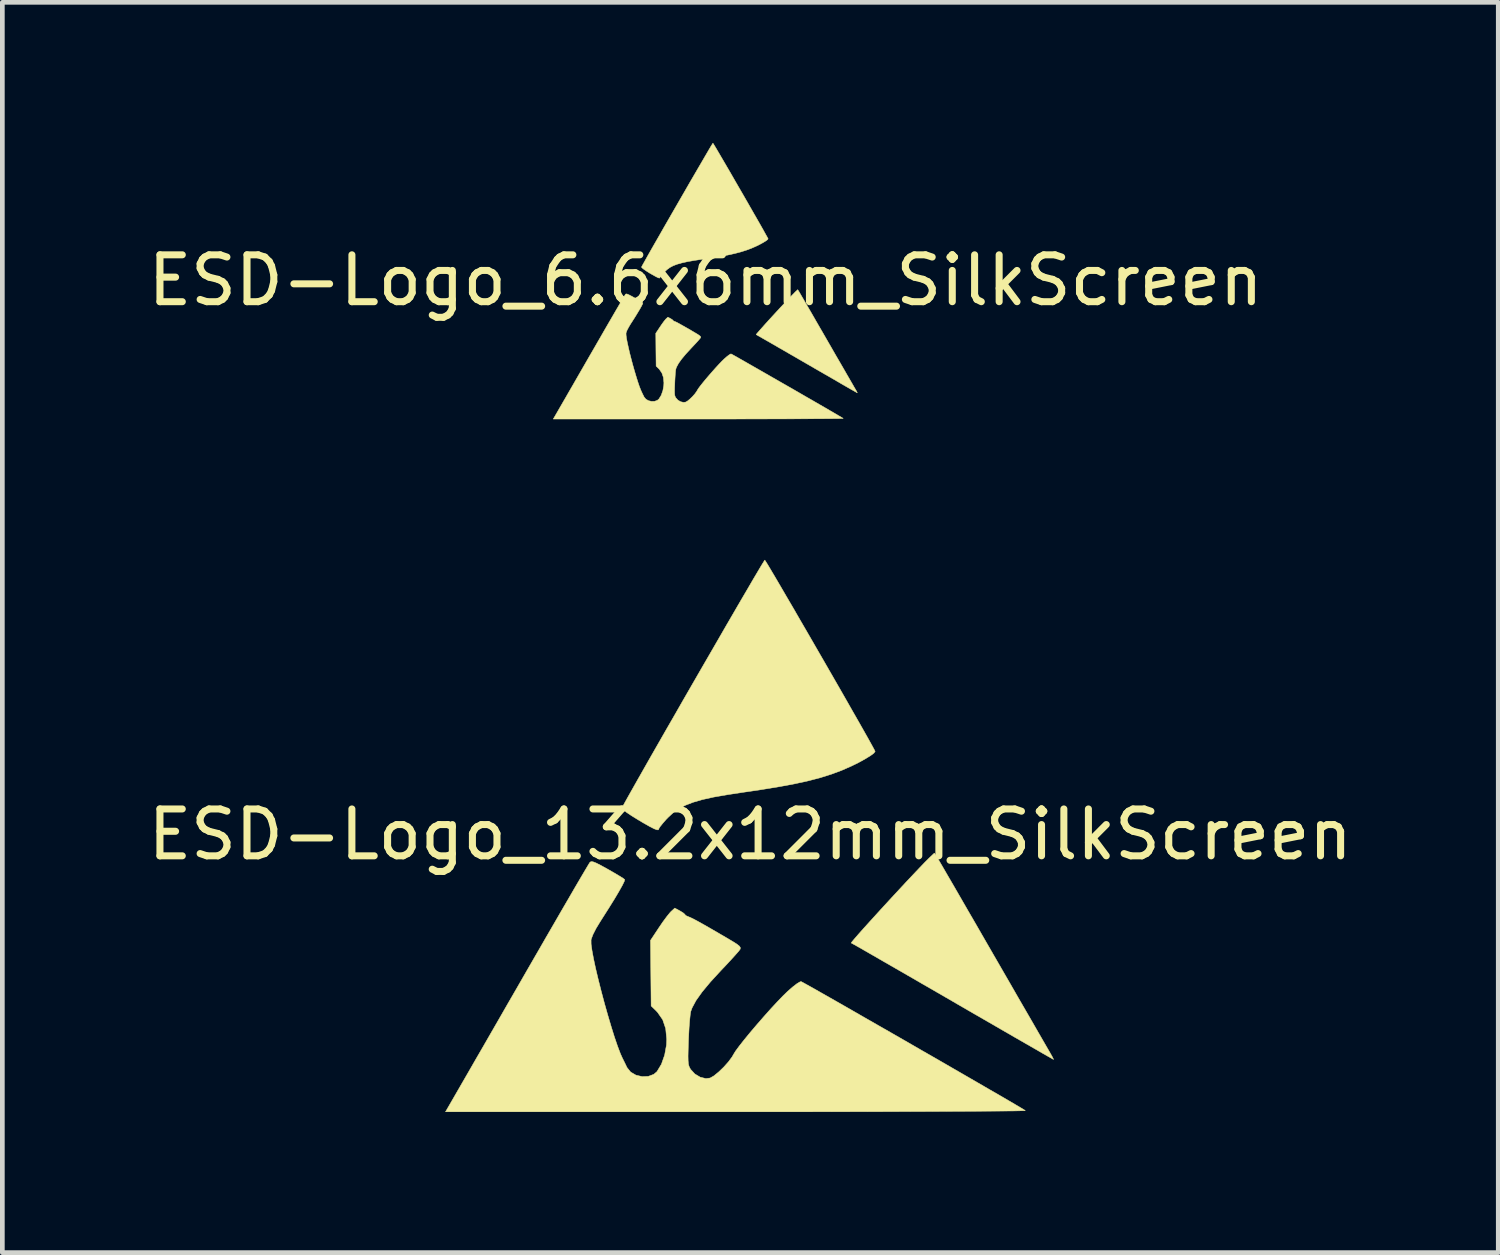
<source format=kicad_pcb>
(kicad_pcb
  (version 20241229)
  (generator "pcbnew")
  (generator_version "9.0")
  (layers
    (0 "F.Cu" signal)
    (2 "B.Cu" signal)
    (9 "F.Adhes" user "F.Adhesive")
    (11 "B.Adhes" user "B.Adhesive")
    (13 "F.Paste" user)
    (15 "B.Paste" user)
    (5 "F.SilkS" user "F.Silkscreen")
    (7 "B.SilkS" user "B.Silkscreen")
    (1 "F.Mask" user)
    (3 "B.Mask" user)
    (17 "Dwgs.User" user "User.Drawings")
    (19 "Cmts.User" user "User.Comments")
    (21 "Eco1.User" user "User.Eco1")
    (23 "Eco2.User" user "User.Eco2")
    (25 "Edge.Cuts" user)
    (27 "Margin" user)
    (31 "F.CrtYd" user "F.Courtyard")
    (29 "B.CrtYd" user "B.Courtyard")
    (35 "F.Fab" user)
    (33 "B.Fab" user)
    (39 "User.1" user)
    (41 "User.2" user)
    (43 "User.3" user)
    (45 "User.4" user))
  (footprint "ESD-Logo_13.2x12mm_SilkScreen"
    (layer "F.Cu")
    (at 12.958 14.755)
    (property "Reference" "ESD-Logo_13.2x12mm_SilkScreen" (at 0 0 0) (layer "F.SilkS") (effects (font (size 1 1) (thickness 0.15))))
    (attr exclude_from_pos_files exclude_from_bom)
    (fp_poly (pts (xy 3.975 0.469) (xy 3.998 0.507) (xy 4.049 0.595) (xy 4.126 0.727) (xy 4.226 0.9) (xy 4.348 1.109) (xy 4.487 1.35) (xy 4.642 1.619) (xy 4.811 1.91) (xy 4.99 2.221) (xy 5.174 2.54) (xy 5.362 2.866) (xy 5.543 3.179) (xy 5.713 3.475) (xy 5.871 3.748) (xy 6.014 3.995) (xy 6.138 4.211) (xy 6.242 4.391) (xy 6.322 4.53) (xy 6.377 4.625) (xy 6.403 4.67) (xy 6.445 4.745) (xy 6.468 4.792) (xy 6.469 4.8) (xy 6.441 4.784) (xy 6.364 4.74) (xy 6.241 4.67) (xy 6.077 4.575) (xy 5.875 4.459) (xy 5.64 4.324) (xy 5.375 4.171) (xy 5.085 4.003) (xy 4.774 3.824) (xy 4.446 3.634) (xy 4.321 3.561) (xy 3.987 3.368) (xy 3.668 3.184) (xy 3.369 3.011) (xy 3.093 2.852) (xy 2.844 2.709) (xy 2.628 2.584) (xy 2.447 2.48) (xy 2.306 2.399) (xy 2.208 2.344) (xy 2.159 2.317) (xy 2.154 2.314) (xy 2.169 2.29) (xy 2.221 2.228) (xy 2.305 2.131) (xy 2.415 2.007) (xy 2.547 1.861) (xy 2.694 1.699) (xy 2.852 1.526) (xy 3.015 1.349) (xy 3.179 1.172) (xy 3.336 1.003) (xy 3.483 0.847) (xy 3.614 0.709) (xy 3.723 0.595) (xy 3.806 0.512) (xy 3.834 0.485) (xy 3.928 0.396) (xy 3.975 0.469)) (stroke (width 0.01) (type solid)) (fill yes) (layer "F.SilkS"))
    (fp_poly (pts (xy 0.328 -5.828) (xy 0.374 -5.754) (xy 0.445 -5.635) (xy 0.538 -5.478) (xy 0.65 -5.287) (xy 0.778 -5.067) (xy 0.92 -4.825) (xy 1.071 -4.563) (xy 1.231 -4.288) (xy 1.394 -4.005) (xy 1.56 -3.718) (xy 1.724 -3.433) (xy 1.884 -3.155) (xy 2.037 -2.888) (xy 2.179 -2.638) (xy 2.309 -2.411) (xy 2.423 -2.21) (xy 2.519 -2.04) (xy 2.592 -1.908) (xy 2.641 -1.818) (xy 2.663 -1.775) (xy 2.664 -1.773) (xy 2.637 -1.736) (xy 2.562 -1.68) (xy 2.448 -1.611) (xy 2.305 -1.532) (xy 2.154 -1.458) (xy 1.949 -1.368) (xy 1.734 -1.288) (xy 1.5 -1.214) (xy 1.241 -1.146) (xy 0.949 -1.082) (xy 0.617 -1.02) (xy 0.238 -0.958) (xy -0.155 -0.9) (xy -0.496 -0.848) (xy -0.783 -0.798) (xy -1.022 -0.745) (xy -1.221 -0.687) (xy -1.386 -0.623) (xy -1.526 -0.549) (xy -1.647 -0.463) (xy -1.756 -0.362) (xy -1.792 -0.325) (xy -1.868 -0.238) (xy -1.925 -0.167) (xy -1.951 -0.125) (xy -1.951 -0.121) (xy -1.961 -0.1) (xy -1.992 -0.1) (xy -2.053 -0.123) (xy -2.15 -0.173) (xy -2.289 -0.252) (xy -2.385 -0.309) (xy -2.529 -0.398) (xy -2.641 -0.473) (xy -2.713 -0.531) (xy -2.738 -0.565) (xy -2.738 -0.565) (xy -2.722 -0.598) (xy -2.678 -0.679) (xy -2.608 -0.805) (xy -2.515 -0.97) (xy -2.401 -1.172) (xy -2.269 -1.404) (xy -2.122 -1.663) (xy -1.961 -1.944) (xy -1.79 -2.243) (xy -1.61 -2.555) (xy -1.426 -2.877) (xy -1.238 -3.203) (xy -1.05 -3.529) (xy -0.864 -3.85) (xy -0.683 -4.163) (xy -0.51 -4.463) (xy -0.346 -4.745) (xy -0.195 -5.005) (xy -0.058 -5.238) (xy 0.06 -5.441) (xy 0.159 -5.608) (xy 0.235 -5.736) (xy 0.286 -5.819) (xy 0.309 -5.854) (xy 0.31 -5.854) (xy 0.328 -5.828)) (stroke (width 0.01) (type solid)) (fill yes) (layer "F.SilkS"))
    (fp_poly (pts (xy -3.356 0.582) (xy -3.291 0.607) (xy -3.192 0.657) (xy -3.049 0.736) (xy -3.038 0.742) (xy -2.907 0.817) (xy -2.796 0.883) (xy -2.717 0.932) (xy -2.68 0.96) (xy -2.679 0.961) (xy -2.688 0.999) (xy -2.729 1.083) (xy -2.8 1.21) (xy -2.897 1.374) (xy -3.019 1.57) (xy -3.162 1.795) (xy -3.197 1.85) (xy -3.29 2.003) (xy -3.357 2.135) (xy -3.394 2.234) (xy -3.397 2.253) (xy -3.396 2.339) (xy -3.377 2.474) (xy -3.344 2.652) (xy -3.299 2.862) (xy -3.243 3.096) (xy -3.18 3.345) (xy -3.112 3.601) (xy -3.04 3.855) (xy -2.968 4.098) (xy -2.898 4.322) (xy -2.831 4.518) (xy -2.771 4.676) (xy -2.729 4.77) (xy -2.679 4.87) (xy -2.633 4.966) (xy -2.63 4.972) (xy -2.553 5.068) (xy -2.44 5.134) (xy -2.308 5.165) (xy -2.175 5.16) (xy -2.058 5.116) (xy -1.991 5.059) (xy -1.896 4.901) (xy -1.827 4.705) (xy -1.788 4.49) (xy -1.783 4.368) (xy -1.805 4.14) (xy -1.869 3.951) (xy -1.979 3.793) (xy -2.013 3.757) (xy -2.115 3.658) (xy -2.129 2.259) (xy -1.95 1.989) (xy -1.867 1.867) (xy -1.786 1.757) (xy -1.72 1.675) (xy -1.692 1.644) (xy -1.611 1.57) (xy -1.503 1.628) (xy -1.434 1.67) (xy -1.396 1.703) (xy -1.394 1.709) (xy -1.368 1.733) (xy -1.324 1.752) (xy -1.282 1.769) (xy -1.217 1.8) (xy -1.123 1.85) (xy -0.996 1.921) (xy -0.83 2.016) (xy -0.619 2.139) (xy -0.504 2.206) (xy -0.369 2.286) (xy -0.28 2.343) (xy -0.23 2.384) (xy -0.211 2.415) (xy -0.215 2.443) (xy -0.218 2.45) (xy -0.249 2.491) (xy -0.316 2.567) (xy -0.41 2.671) (xy -0.524 2.794) (xy -0.623 2.898) (xy -0.85 3.145) (xy -1.028 3.359) (xy -1.158 3.542) (xy -1.241 3.697) (xy -1.27 3.776) (xy -1.281 3.844) (xy -1.293 3.962) (xy -1.305 4.114) (xy -1.314 4.288) (xy -1.319 4.399) (xy -1.325 4.589) (xy -1.328 4.728) (xy -1.326 4.827) (xy -1.32 4.896) (xy -1.307 4.945) (xy -1.287 4.987) (xy -1.272 5.012) (xy -1.183 5.109) (xy -1.069 5.177) (xy -0.949 5.207) (xy -0.858 5.196) (xy -0.777 5.15) (xy -0.675 5.067) (xy -0.566 4.962) (xy -0.465 4.849) (xy -0.387 4.743) (xy -0.358 4.692) (xy -0.315 4.622) (xy -0.236 4.515) (xy -0.13 4.38) (xy -0.002 4.224) (xy 0.139 4.058) (xy 0.288 3.887) (xy 0.435 3.722) (xy 0.575 3.571) (xy 0.7 3.441) (xy 0.799 3.345) (xy 0.908 3.25) (xy 0.999 3.18) (xy 1.064 3.142) (xy 1.085 3.138) (xy 1.118 3.155) (xy 1.199 3.2) (xy 1.325 3.27) (xy 1.49 3.364) (xy 1.691 3.478) (xy 1.921 3.609) (xy 2.176 3.755) (xy 2.452 3.914) (xy 2.744 4.081) (xy 3.048 4.255) (xy 3.358 4.433) (xy 3.669 4.613) (xy 3.978 4.79) (xy 4.279 4.964) (xy 4.568 5.131) (xy 4.839 5.288) (xy 5.089 5.433) (xy 5.313 5.562) (xy 5.505 5.674) (xy 5.662 5.766) (xy 5.777 5.834) (xy 5.848 5.877) (xy 5.868 5.89) (xy 5.841 5.893) (xy 5.754 5.895) (xy 5.611 5.898) (xy 5.415 5.9) (xy 5.169 5.902) (xy 4.875 5.904) (xy 4.536 5.906) (xy 4.156 5.908) (xy 3.736 5.91) (xy 3.281 5.911) (xy 2.792 5.913) (xy 2.274 5.914) (xy 1.728 5.915) (xy 1.157 5.916) (xy 0.565 5.916) (xy -0.046 5.916) (xy -0.302 5.916) (xy -6.502 5.916) (xy -6.06 5.15) (xy -5.966 4.987) (xy -5.846 4.778) (xy -5.702 4.53) (xy -5.54 4.248) (xy -5.363 3.941) (xy -5.176 3.615) (xy -4.981 3.278) (xy -4.784 2.935) (xy -4.588 2.595) (xy -4.538 2.509) (xy -4.358 2.196) (xy -4.185 1.898) (xy -4.024 1.619) (xy -3.876 1.365) (xy -3.745 1.139) (xy -3.632 0.946) (xy -3.54 0.79) (xy -3.473 0.677) (xy -3.432 0.609) (xy -3.42 0.592) (xy -3.396 0.578) (xy -3.356 0.582)) (stroke (width 0.01) (type solid)) (fill yes) (layer "F.SilkS")))
  (footprint "ESD-Logo_6.6x6mm_SilkScreen"
    (layer "F.Cu")
    (at 12.006 2.932)
    (property "Reference" "ESD-Logo_6.6x6mm_SilkScreen" (at 0 0 0) (layer "F.SilkS") (effects (font (size 1 1) (thickness 0.15))))
    (attr exclude_from_pos_files exclude_from_bom)
    (fp_poly (pts (xy 1.988 0.235) (xy 1.999 0.254) (xy 2.024 0.297) (xy 2.063 0.364) (xy 2.113 0.45) (xy 2.174 0.555) (xy 2.244 0.675) (xy 2.321 0.809) (xy 2.405 0.955) (xy 2.495 1.11) (xy 2.587 1.27) (xy 2.681 1.433) (xy 2.771 1.59) (xy 2.857 1.738) (xy 2.936 1.874) (xy 3.007 1.998) (xy 3.069 2.105) (xy 3.121 2.195) (xy 3.161 2.265) (xy 3.189 2.313) (xy 3.202 2.335) (xy 3.223 2.372) (xy 3.234 2.396) (xy 3.235 2.4) (xy 3.221 2.392) (xy 3.182 2.37) (xy 3.12 2.335) (xy 3.038 2.288) (xy 2.937 2.23) (xy 2.82 2.162) (xy 2.688 2.085) (xy 2.543 2.002) (xy 2.387 1.912) (xy 2.223 1.817) (xy 2.161 1.781) (xy 1.993 1.684) (xy 1.834 1.592) (xy 1.684 1.505) (xy 1.546 1.426) (xy 1.422 1.354) (xy 1.314 1.292) (xy 1.223 1.24) (xy 1.153 1.2) (xy 1.104 1.172) (xy 1.08 1.158) (xy 1.077 1.157) (xy 1.085 1.145) (xy 1.111 1.114) (xy 1.153 1.066) (xy 1.208 1.004) (xy 1.274 0.93) (xy 1.347 0.849) (xy 1.426 0.763) (xy 1.508 0.674) (xy 1.589 0.586) (xy 1.668 0.502) (xy 1.741 0.423) (xy 1.807 0.354) (xy 1.862 0.298) (xy 1.903 0.256) (xy 1.917 0.242) (xy 1.964 0.198) (xy 1.988 0.235)) (stroke (width 0.01) (type solid)) (fill yes) (layer "F.SilkS"))
    (fp_poly (pts (xy 0.164 -2.914) (xy 0.187 -2.877) (xy 0.223 -2.817) (xy 0.269 -2.739) (xy 0.325 -2.643) (xy 0.389 -2.534) (xy 0.46 -2.412) (xy 0.536 -2.282) (xy 0.615 -2.144) (xy 0.697 -2.002) (xy 0.78 -1.859) (xy 0.862 -1.717) (xy 0.942 -1.577) (xy 1.018 -1.444) (xy 1.09 -1.319) (xy 1.155 -1.205) (xy 1.212 -1.105) (xy 1.259 -1.02) (xy 1.296 -0.954) (xy 1.321 -0.909) (xy 1.332 -0.888) (xy 1.332 -0.886) (xy 1.319 -0.868) (xy 1.281 -0.84) (xy 1.224 -0.805) (xy 1.152 -0.766) (xy 1.077 -0.729) (xy 0.975 -0.684) (xy 0.867 -0.644) (xy 0.75 -0.607) (xy 0.621 -0.573) (xy 0.475 -0.541) (xy 0.309 -0.51) (xy 0.119 -0.479) (xy -0.078 -0.45) (xy -0.248 -0.424) (xy -0.391 -0.399) (xy -0.511 -0.372) (xy -0.61 -0.344) (xy -0.693 -0.312) (xy -0.763 -0.275) (xy -0.823 -0.231) (xy -0.878 -0.181) (xy -0.896 -0.162) (xy -0.934 -0.119) (xy -0.962 -0.083) (xy -0.975 -0.062) (xy -0.976 -0.061) (xy -0.98 -0.05) (xy -0.996 -0.05) (xy -1.027 -0.062) (xy -1.075 -0.087) (xy -1.144 -0.126) (xy -1.193 -0.154) (xy -1.264 -0.199) (xy -1.32 -0.237) (xy -1.356 -0.266) (xy -1.369 -0.283) (xy -1.369 -0.283) (xy -1.361 -0.299) (xy -1.339 -0.34) (xy -1.304 -0.402) (xy -1.258 -0.485) (xy -1.201 -0.586) (xy -1.135 -0.702) (xy -1.061 -0.831) (xy -0.98 -0.972) (xy -0.895 -1.122) (xy -0.805 -1.278) (xy -0.713 -1.438) (xy -0.619 -1.601) (xy -0.525 -1.764) (xy -0.432 -1.925) (xy -0.342 -2.082) (xy -0.255 -2.231) (xy -0.173 -2.372) (xy -0.097 -2.502) (xy -0.029 -2.619) (xy 0.03 -2.72) (xy 0.079 -2.804) (xy 0.117 -2.868) (xy 0.143 -2.909) (xy 0.154 -2.927) (xy 0.155 -2.927) (xy 0.164 -2.914)) (stroke (width 0.01) (type solid)) (fill yes) (layer "F.SilkS"))
    (fp_poly (pts (xy -1.678 0.291) (xy -1.645 0.304) (xy -1.596 0.329) (xy -1.525 0.368) (xy -1.519 0.371) (xy -1.454 0.408) (xy -1.398 0.441) (xy -1.359 0.466) (xy -1.34 0.48) (xy -1.339 0.48) (xy -1.344 0.499) (xy -1.365 0.542) (xy -1.4 0.605) (xy -1.449 0.687) (xy -1.509 0.785) (xy -1.581 0.898) (xy -1.599 0.925) (xy -1.645 1.002) (xy -1.679 1.068) (xy -1.697 1.117) (xy -1.699 1.127) (xy -1.698 1.169) (xy -1.689 1.237) (xy -1.672 1.326) (xy -1.649 1.431) (xy -1.622 1.548) (xy -1.59 1.673) (xy -1.556 1.801) (xy -1.52 1.928) (xy -1.484 2.049) (xy -1.449 2.161) (xy -1.416 2.259) (xy -1.385 2.338) (xy -1.364 2.385) (xy -1.34 2.435) (xy -1.316 2.483) (xy -1.315 2.486) (xy -1.276 2.534) (xy -1.22 2.567) (xy -1.154 2.582) (xy -1.088 2.58) (xy -1.029 2.558) (xy -0.996 2.529) (xy -0.948 2.451) (xy -0.913 2.352) (xy -0.894 2.245) (xy -0.891 2.184) (xy -0.902 2.07) (xy -0.934 1.976) (xy -0.989 1.896) (xy -1.006 1.879) (xy -1.057 1.829) (xy -1.061 1.479) (xy -1.064 1.129) (xy -0.975 0.995) (xy -0.933 0.933) (xy -0.893 0.878) (xy -0.86 0.837) (xy -0.846 0.822) (xy -0.806 0.785) (xy -0.751 0.814) (xy -0.717 0.835) (xy -0.698 0.851) (xy -0.697 0.854) (xy -0.684 0.867) (xy -0.662 0.876) (xy -0.641 0.884) (xy -0.608 0.9) (xy -0.562 0.925) (xy -0.498 0.961) (xy -0.415 1.008) (xy -0.309 1.069) (xy -0.252 1.103) (xy -0.184 1.143) (xy -0.14 1.172) (xy -0.115 1.192) (xy -0.106 1.208) (xy -0.107 1.222) (xy -0.109 1.225) (xy -0.125 1.245) (xy -0.158 1.284) (xy -0.205 1.336) (xy -0.262 1.397) (xy -0.311 1.449) (xy -0.425 1.573) (xy -0.514 1.68) (xy -0.579 1.771) (xy -0.621 1.849) (xy -0.635 1.888) (xy -0.641 1.922) (xy -0.647 1.981) (xy -0.652 2.057) (xy -0.657 2.144) (xy -0.659 2.199) (xy -0.663 2.294) (xy -0.664 2.364) (xy -0.663 2.413) (xy -0.66 2.448) (xy -0.653 2.473) (xy -0.644 2.493) (xy -0.636 2.506) (xy -0.592 2.555) (xy -0.534 2.589) (xy -0.474 2.603) (xy -0.429 2.598) (xy -0.388 2.575) (xy -0.337 2.533) (xy -0.283 2.481) (xy -0.233 2.425) (xy -0.194 2.372) (xy -0.179 2.346) (xy -0.158 2.311) (xy -0.118 2.257) (xy -0.065 2.19) (xy -0.001 2.112) (xy 0.07 2.029) (xy 0.144 1.944) (xy 0.218 1.861) (xy 0.288 1.785) (xy 0.35 1.72) (xy 0.399 1.673) (xy 0.454 1.625) (xy 0.5 1.59) (xy 0.532 1.571) (xy 0.542 1.569) (xy 0.559 1.577) (xy 0.6 1.6) (xy 0.663 1.635) (xy 0.745 1.682) (xy 0.845 1.739) (xy 0.96 1.805) (xy 1.088 1.878) (xy 1.226 1.957) (xy 1.372 2.041) (xy 1.524 2.128) (xy 1.679 2.217) (xy 1.835 2.306) (xy 1.989 2.395) (xy 2.139 2.482) (xy 2.284 2.565) (xy 2.42 2.644) (xy 2.545 2.716) (xy 2.656 2.781) (xy 2.753 2.837) (xy 2.831 2.883) (xy 2.889 2.917) (xy 2.924 2.938) (xy 2.934 2.945) (xy 2.92 2.946) (xy 2.877 2.948) (xy 2.806 2.949) (xy 2.708 2.95) (xy 2.584 2.951) (xy 2.437 2.952) (xy 2.268 2.953) (xy 2.078 2.954) (xy 1.868 2.955) (xy 1.64 2.956) (xy 1.396 2.956) (xy 1.137 2.957) (xy 0.864 2.957) (xy 0.579 2.958) (xy 0.282 2.958) (xy -0.023 2.958) (xy -0.151 2.958) (xy -3.251 2.958) (xy -3.03 2.575) (xy -2.983 2.494) (xy -2.923 2.389) (xy -2.851 2.265) (xy -2.77 2.124) (xy -2.682 1.971) (xy -2.588 1.808) (xy -2.491 1.639) (xy -2.392 1.468) (xy -2.294 1.298) (xy -2.269 1.255) (xy -2.179 1.098) (xy -2.093 0.949) (xy -2.012 0.81) (xy -1.938 0.682) (xy -1.872 0.569) (xy -1.816 0.473) (xy -1.77 0.395) (xy -1.736 0.338) (xy -1.716 0.305) (xy -1.71 0.296) (xy -1.698 0.289) (xy -1.678 0.291)) (stroke (width 0.01) (type solid)) (fill yes) (layer "F.SilkS")))
  (gr_rect
    (start -3 -3)
    (end 28.917 23.676)
    (stroke (width 0.1) (type default))
    (fill no)
    (layer "Edge.Cuts")))
</source>
